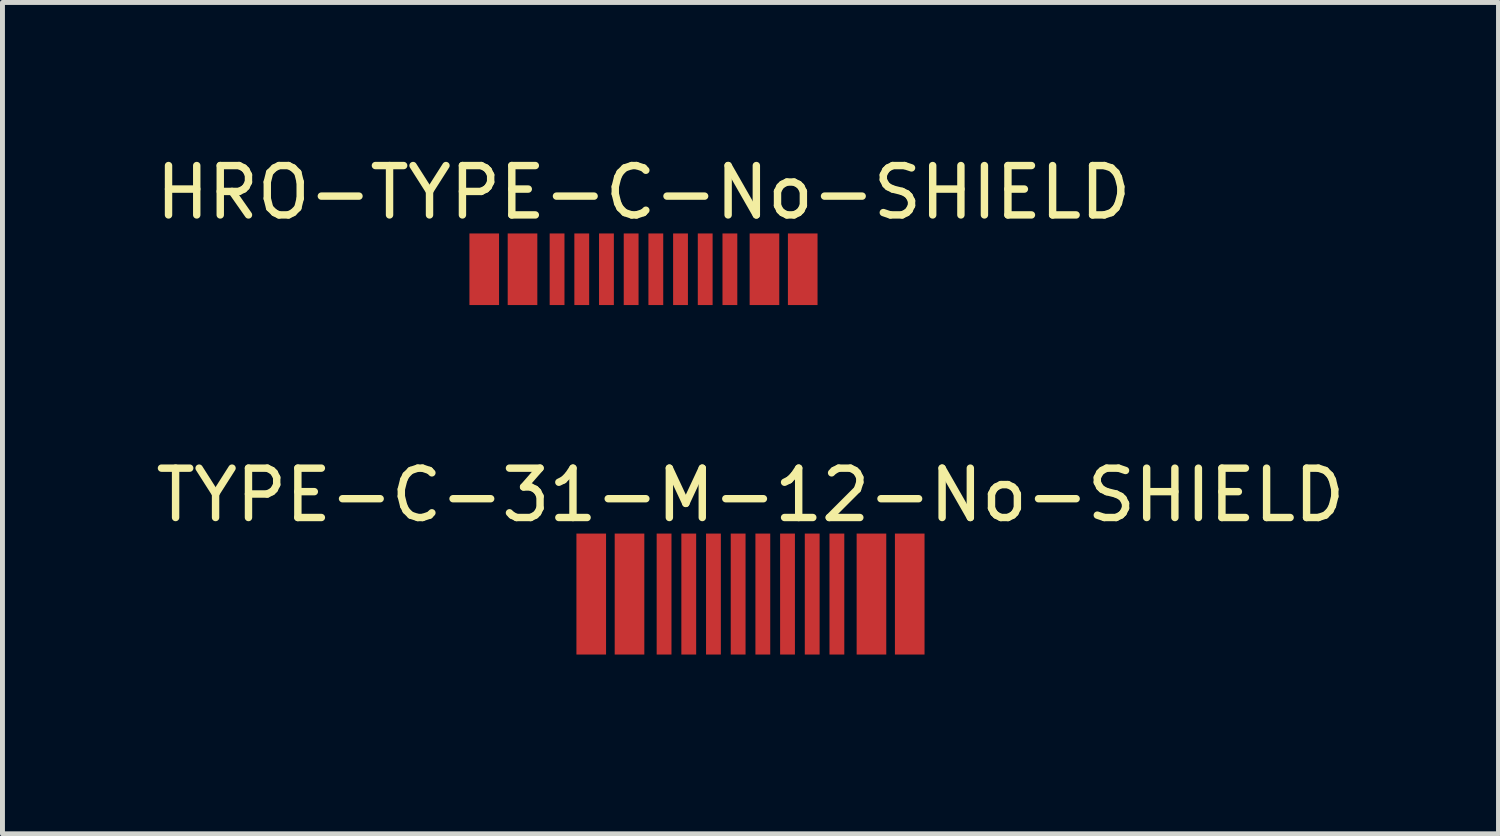
<source format=kicad_pcb>
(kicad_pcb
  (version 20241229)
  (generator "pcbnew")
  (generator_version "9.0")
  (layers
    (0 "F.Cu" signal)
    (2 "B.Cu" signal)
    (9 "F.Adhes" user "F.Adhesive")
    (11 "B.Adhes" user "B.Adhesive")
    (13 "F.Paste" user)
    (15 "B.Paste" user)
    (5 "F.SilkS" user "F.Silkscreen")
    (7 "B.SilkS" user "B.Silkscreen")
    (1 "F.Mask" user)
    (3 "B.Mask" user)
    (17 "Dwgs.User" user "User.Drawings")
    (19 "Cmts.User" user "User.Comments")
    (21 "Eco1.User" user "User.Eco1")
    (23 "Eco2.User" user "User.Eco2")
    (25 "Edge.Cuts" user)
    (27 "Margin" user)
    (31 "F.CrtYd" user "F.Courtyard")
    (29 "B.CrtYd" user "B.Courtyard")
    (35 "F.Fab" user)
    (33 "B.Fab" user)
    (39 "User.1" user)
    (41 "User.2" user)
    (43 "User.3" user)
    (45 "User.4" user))
  (footprint "TYPE-C-31-M-12-No-SHIELD"
    (layer "F.Cu")
    (at 12.159 10.586)
    (property "Reference" "TYPE-C-31-M-12-No-SHIELD" (at -0.01 -3.61 0) (layer "F.SilkS") (effects (font (size 1 1) (thickness 0.15))))
    (attr smd)
    (pad "1" smd rect (at -3.235 -1.605) (size 0.6 2.45) (layers "F.Cu" "F.Mask" "F.Paste"))
    (pad "2" smd rect (at -2.46 -1.605) (size 0.6 2.45) (layers "F.Cu" "F.Mask" "F.Paste"))
    (pad "3" smd rect (at -1.76 -1.605) (size 0.3 2.45) (layers "F.Cu" "F.Mask" "F.Paste"))
    (pad "4" smd rect (at -1.26 -1.605) (size 0.3 2.45) (layers "F.Cu" "F.Mask" "F.Paste"))
    (pad "5" smd rect (at -0.76 -1.605) (size 0.3 2.45) (layers "F.Cu" "F.Mask" "F.Paste"))
    (pad "6" smd rect (at -0.26 -1.605) (size 0.3 2.45) (layers "F.Cu" "F.Mask" "F.Paste"))
    (pad "7" smd rect (at 0.24 -1.605) (size 0.3 2.45) (layers "F.Cu" "F.Mask" "F.Paste"))
    (pad "8" smd rect (at 0.74 -1.605) (size 0.3 2.45) (layers "F.Cu" "F.Mask" "F.Paste"))
    (pad "9" smd rect (at 1.24 -1.605) (size 0.3 2.45) (layers "F.Cu" "F.Mask" "F.Paste"))
    (pad "10" smd rect (at 1.74 -1.605) (size 0.3 2.45) (layers "F.Cu" "F.Mask" "F.Paste"))
    (pad "11" smd rect (at 2.44 -1.605) (size 0.6 2.45) (layers "F.Cu" "F.Mask" "F.Paste"))
    (pad "12" smd rect (at 3.215 -1.605) (size 0.6 2.45) (layers "F.Cu" "F.Mask" "F.Paste")))
  (footprint "HRO-TYPE-C-No-SHIELD"
    (layer "F.Cu")
    (at 9.992 2.398)
    (property "Reference" "HRO-TYPE-C-No-SHIELD" (at -0.01 -1.55 0) (layer "F.SilkS") (effects (font (size 1 1) (thickness 0.15))))
    (attr smd)
    (pad "1" smd rect (at -3.235 0.005) (size 0.6 1.45) (layers "F.Cu" "F.Mask" "F.Paste"))
    (pad "2" smd rect (at -2.46 0.005) (size 0.6 1.45) (layers "F.Cu" "F.Mask" "F.Paste"))
    (pad "3" smd rect (at -1.76 0.005) (size 0.3 1.45) (layers "F.Cu" "F.Mask" "F.Paste"))
    (pad "4" smd rect (at -1.26 0.005) (size 0.3 1.45) (layers "F.Cu" "F.Mask" "F.Paste"))
    (pad "5" smd rect (at -0.76 0.005) (size 0.3 1.45) (layers "F.Cu" "F.Mask" "F.Paste"))
    (pad "6" smd rect (at -0.26 0.005) (size 0.3 1.45) (layers "F.Cu" "F.Mask" "F.Paste"))
    (pad "7" smd rect (at 0.24 0.005) (size 0.3 1.45) (layers "F.Cu" "F.Mask" "F.Paste"))
    (pad "8" smd rect (at 0.74 0.005) (size 0.3 1.45) (layers "F.Cu" "F.Mask" "F.Paste"))
    (pad "9" smd rect (at 1.24 0.005) (size 0.3 1.45) (layers "F.Cu" "F.Mask" "F.Paste"))
    (pad "10" smd rect (at 1.74 0.005) (size 0.3 1.45) (layers "F.Cu" "F.Mask" "F.Paste"))
    (pad "11" smd rect (at 2.44 0.005) (size 0.6 1.45) (layers "F.Cu" "F.Mask" "F.Paste"))
    (pad "12" smd rect (at 3.215 0.005) (size 0.6 1.45) (layers "F.Cu" "F.Mask" "F.Paste")))
  (gr_rect
    (start -3 -3)
    (end 27.298 13.836)
    (stroke (width 0.1) (type default))
    (fill no)
    (layer "Edge.Cuts")))
</source>
